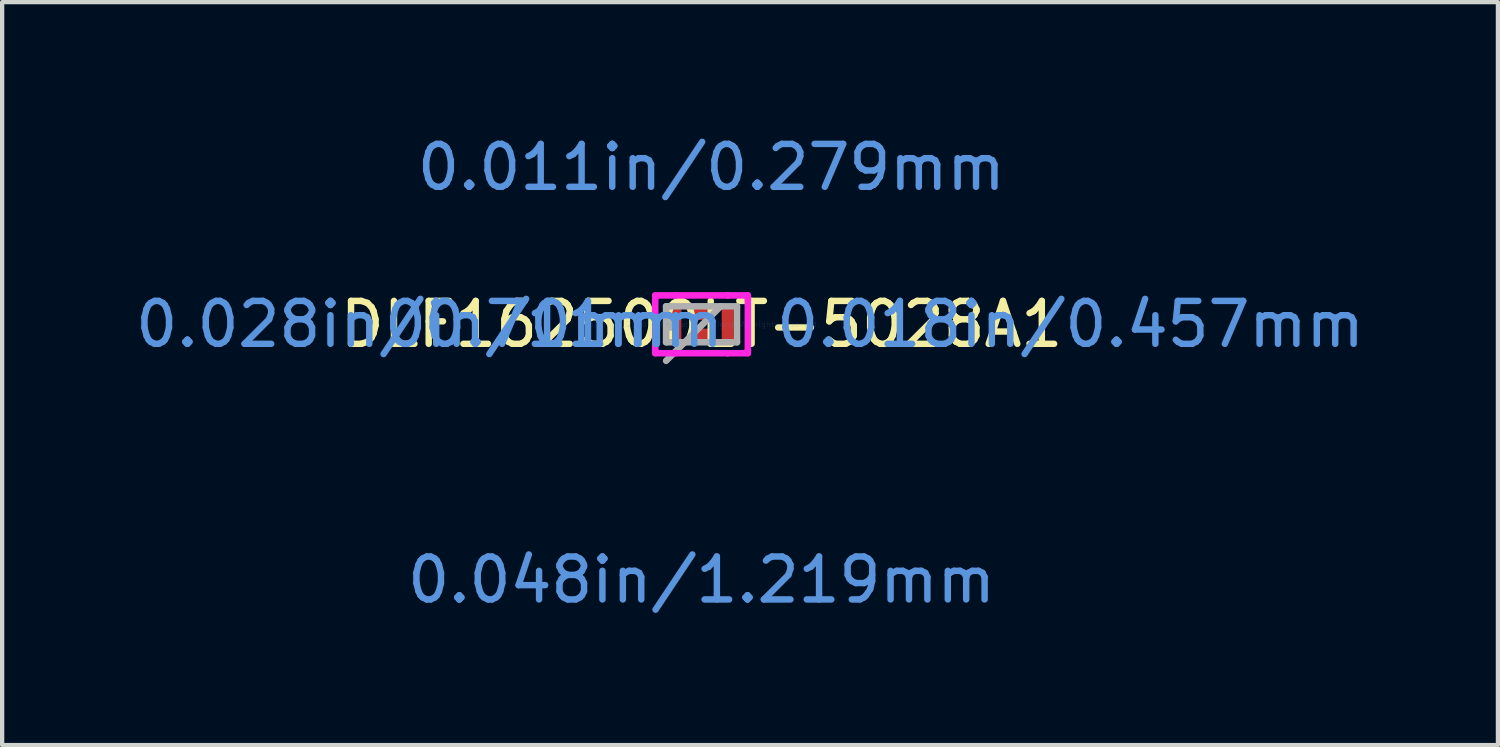
<source format=kicad_pcb>
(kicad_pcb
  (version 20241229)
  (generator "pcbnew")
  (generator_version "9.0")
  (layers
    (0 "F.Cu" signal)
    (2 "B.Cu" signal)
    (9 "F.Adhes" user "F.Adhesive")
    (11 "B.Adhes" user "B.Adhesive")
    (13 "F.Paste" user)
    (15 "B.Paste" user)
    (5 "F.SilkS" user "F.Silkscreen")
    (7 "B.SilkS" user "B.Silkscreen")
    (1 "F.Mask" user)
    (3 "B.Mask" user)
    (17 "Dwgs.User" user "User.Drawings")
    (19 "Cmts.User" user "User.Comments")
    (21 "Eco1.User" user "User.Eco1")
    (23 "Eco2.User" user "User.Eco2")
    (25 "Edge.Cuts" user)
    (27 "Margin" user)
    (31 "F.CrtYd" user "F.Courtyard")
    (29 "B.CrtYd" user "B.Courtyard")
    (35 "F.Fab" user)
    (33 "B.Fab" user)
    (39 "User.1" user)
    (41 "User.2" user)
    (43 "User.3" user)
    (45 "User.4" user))
  (footprint "DLF162500LT-5028A1"
    (layer "F.Cu")
    (at 13.296 4.506)
    (property "Reference" "DLF162500LT-5028A1" (at 0 0 0) (layer "F.SilkS") (effects (font (size 1 1) (thickness 0.15))))
    (attr through_hole)
    (fp_line (start -1.079 -0.673) (end -0.61 -0.673) (stroke (width 0.152) (type solid)) (layer "F.CrtYd"))
    (fp_line (start -1.079 -0.61) (end -1.079 -0.673) (stroke (width 0.152) (type solid)) (layer "F.CrtYd"))
    (fp_line (start -1.079 -0.61) (end -1.079 -0.61) (stroke (width 0.152) (type solid)) (layer "F.CrtYd"))
    (fp_line (start -1.079 0.61) (end -1.079 -0.61) (stroke (width 0.152) (type solid)) (layer "F.CrtYd"))
    (fp_line (start -1.079 0.61) (end -1.079 0.61) (stroke (width 0.152) (type solid)) (layer "F.CrtYd"))
    (fp_line (start -1.079 0.673) (end -1.079 0.61) (stroke (width 0.152) (type solid)) (layer "F.CrtYd"))
    (fp_line (start -0.61 -0.673) (end -0.61 -0.673) (stroke (width 0.152) (type solid)) (layer "F.CrtYd"))
    (fp_line (start -0.61 -0.673) (end 0.61 -0.673) (stroke (width 0.152) (type solid)) (layer "F.CrtYd"))
    (fp_line (start -0.61 0.673) (end -1.079 0.673) (stroke (width 0.152) (type solid)) (layer "F.CrtYd"))
    (fp_line (start -0.61 0.673) (end -0.61 0.673) (stroke (width 0.152) (type solid)) (layer "F.CrtYd"))
    (fp_line (start 0.61 -0.673) (end 0.61 -0.673) (stroke (width 0.152) (type solid)) (layer "F.CrtYd"))
    (fp_line (start 0.61 -0.673) (end 1.079 -0.673) (stroke (width 0.152) (type solid)) (layer "F.CrtYd"))
    (fp_line (start 0.61 0.673) (end -0.61 0.673) (stroke (width 0.152) (type solid)) (layer "F.CrtYd"))
    (fp_line (start 0.61 0.673) (end 0.61 0.673) (stroke (width 0.152) (type solid)) (layer "F.CrtYd"))
    (fp_line (start 1.079 -0.673) (end 1.079 -0.61) (stroke (width 0.152) (type solid)) (layer "F.CrtYd"))
    (fp_line (start 1.079 -0.61) (end 1.079 -0.61) (stroke (width 0.152) (type solid)) (layer "F.CrtYd"))
    (fp_line (start 1.079 -0.61) (end 1.079 0.61) (stroke (width 0.152) (type solid)) (layer "F.CrtYd"))
    (fp_line (start 1.079 0.61) (end 1.079 0.61) (stroke (width 0.152) (type solid)) (layer "F.CrtYd"))
    (fp_line (start 1.079 0.61) (end 1.079 0.673) (stroke (width 0.152) (type solid)) (layer "F.CrtYd"))
    (fp_line (start 1.079 0.673) (end 0.61 0.673) (stroke (width 0.152) (type solid)) (layer "F.CrtYd"))
    (fp_line (start -0.826 -0.419) (end -0.826 0.419) (stroke (width 0.152) (type solid)) (layer "F.Fab"))
    (fp_line (start -0.826 0.419) (end 0.826 0.419) (stroke (width 0.152) (type solid)) (layer "F.Fab"))
    (fp_line (start -0.826 0.851) (end 0.445 -0.419) (stroke (width 0.152) (type solid)) (layer "F.Fab"))
    (fp_line (start 0.826 -0.419) (end -0.826 -0.419) (stroke (width 0.152) (type solid)) (layer "F.Fab"))
    (fp_line (start 0.826 0.419) (end 0.826 -0.419) (stroke (width 0.152) (type solid)) (layer "F.Fab"))
    (fp_circle (center -0.724 0) (end -0.648 0) (stroke (width 0.152) (type solid)) (fill no) (layer "F.Fab"))
    (fp_text user "0.018in/0.457mm" (at 8.598 0 0) (layer "Cmts.User") (effects (font (size 1 1) (thickness 0.15))))
    (fp_text user "0.048in/1.219mm" (at 0 5.956 0) (layer "Cmts.User") (effects (font (size 1 1) (thickness 0.15))))
    (fp_text user "0in/0mm" (at -3.873 0 0) (layer "Cmts.User") (effects (font (size 1 1) (thickness 0.15))))
    (fp_text user "Copyright 2016 Accelerated Designs. All rights reserved." (at 0 0 0) (layer "Cmts.User") (effects (font (size 0.127 0.127) (thickness 0.002))))
    (fp_text user "0.028in/0.711mm" (at -6.337 0 0) (layer "Cmts.User") (effects (font (size 1 1) (thickness 0.15))))
    (fp_text user "0.011in/0.279mm" (at 0.229 -3.658 0) (layer "Cmts.User") (effects (font (size 1 1) (thickness 0.15))))
    (pad "1" smd rect (at -0.61 0) (size 0.279 0.711) (layers "F.Cu" "F.Mask" "F.Paste"))
    (pad "2" smd rect (at 0 -0.229 90) (size 0.254 0.457) (layers "F.Cu" "F.Mask" "F.Paste"))
    (pad "3" smd rect (at 0.61 0) (size 0.279 0.711) (layers "F.Cu" "F.Mask" "F.Paste"))
    (pad "4" smd rect (at 0 0.229 90) (size 0.254 0.457) (layers "F.Cu" "F.Mask" "F.Paste")))
  (gr_rect
    (start -3 -3)
    (end 31.852 14.31)
    (stroke (width 0.1) (type default))
    (fill no)
    (layer "Edge.Cuts")))
</source>
